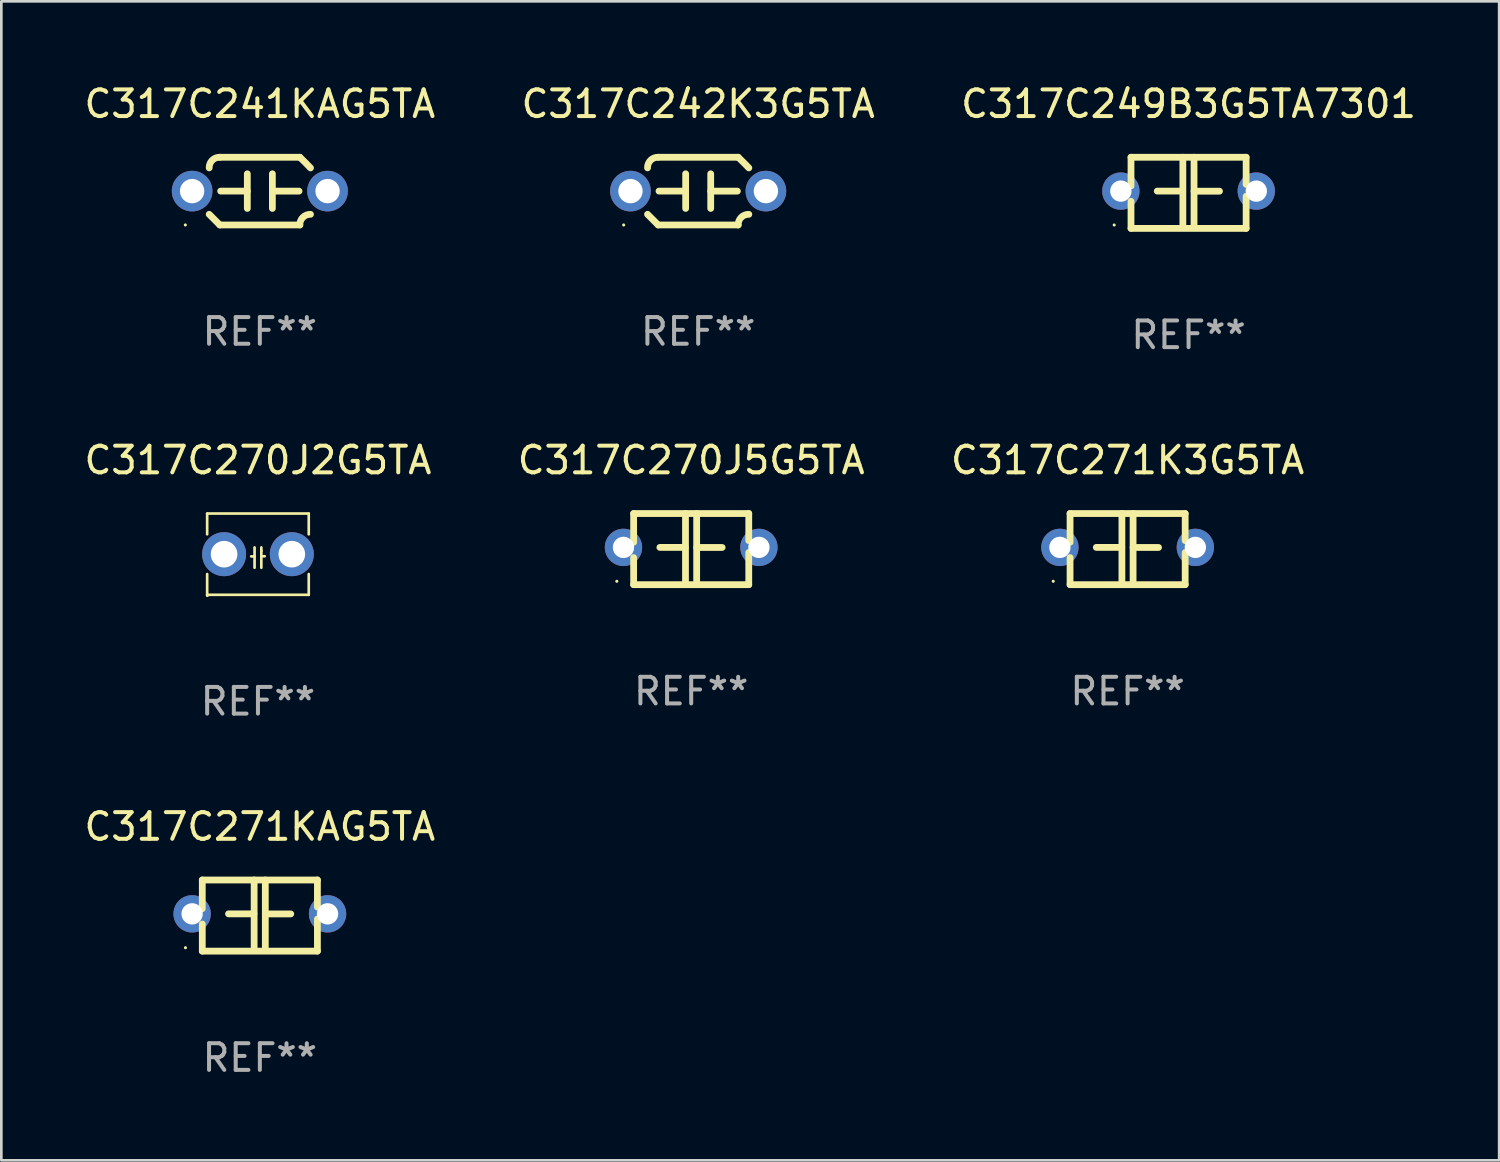
<source format=kicad_pcb>
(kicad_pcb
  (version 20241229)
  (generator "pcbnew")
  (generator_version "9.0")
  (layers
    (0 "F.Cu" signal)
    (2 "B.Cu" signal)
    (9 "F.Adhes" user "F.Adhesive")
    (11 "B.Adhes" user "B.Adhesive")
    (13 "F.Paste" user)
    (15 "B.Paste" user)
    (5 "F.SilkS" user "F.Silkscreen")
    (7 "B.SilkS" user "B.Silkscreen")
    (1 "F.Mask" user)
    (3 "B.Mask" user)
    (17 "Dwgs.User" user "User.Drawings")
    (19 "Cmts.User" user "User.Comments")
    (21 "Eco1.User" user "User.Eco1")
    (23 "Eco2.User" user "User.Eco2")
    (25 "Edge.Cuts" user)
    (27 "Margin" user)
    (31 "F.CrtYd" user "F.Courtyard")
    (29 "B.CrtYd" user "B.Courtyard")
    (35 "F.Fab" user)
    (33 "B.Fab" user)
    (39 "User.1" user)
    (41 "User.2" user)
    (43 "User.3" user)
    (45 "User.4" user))
  (footprint "C317C241KAG5TA"
    (layer "F.Cu")
    (at 6.696 4.118)
    (property "Reference" "C317C241KAG5TA" (at 0 -3.27 0) (layer "F.SilkS") (effects (font (size 1 1) (thickness 0.15))))
    (attr through_hole)
    (fp_line (start -1.5 -1.27) (end 1.5 -1.27) (stroke (width 0.254) (type solid)) (layer "F.SilkS"))
    (fp_line (start -0.47 -0.65) (end -0.47 0.65) (stroke (width 0.254) (type solid)) (layer "F.SilkS"))
    (fp_line (start -0.47 -0.000381) (end -1.47 -0.000381) (stroke (width 0.254) (type solid)) (layer "F.SilkS"))
    (fp_line (start 0.47 0.000356) (end 1.47 0.000356) (stroke (width 0.254) (type solid)) (layer "F.SilkS"))
    (fp_line (start 0.47 0.65) (end 0.47 -0.65) (stroke (width 0.254) (type solid)) (layer "F.SilkS"))
    (fp_line (start 1.5 1.27) (end -1.5 1.27) (stroke (width 0.254) (type solid)) (layer "F.SilkS"))
    (fp_arc (start -1.899924 -0.871221) (mid -1.78599 -1.156887) (end -1.5 -1.270003) (stroke (width 0.254001) (type solid)) (layer "F.SilkS"))
    (fp_arc (start -1.501217 1.269929) (mid -1.700682 1.070039) (end -1.9 0.870003) (stroke (width 0.254001) (type solid)) (layer "F.SilkS"))
    (fp_arc (start 1.5 1.270003) (mid 1.614112 0.984517) (end 1.899923 0.871222) (stroke (width 0.254001) (type solid)) (layer "F.SilkS"))
    (fp_arc (start 1.501219 -1.269927) (mid 1.70319 -1.072538) (end 1.9 -0.870003) (stroke (width 0.254001) (type solid)) (layer "F.SilkS"))
    (fp_circle (center -2.795 1.27) (end -2.765 1.27) (stroke (width 0.06) (type solid)) (fill no) (layer "F.SilkS"))
    (fp_text user "REF**" (at 0 5.27 0) (layer "F.Fab") (effects (font (size 1 1) (thickness 0.15))))
    (pad "1" thru_hole circle (at -2.54 0) (size 1.524 1.524) (drill 0.914) (layers "*.Cu" "*.Mask"))
    (pad "2" thru_hole circle (at 2.54 0) (size 1.524 1.524) (drill 0.914) (layers "*.Cu" "*.Mask")))
  (footprint "C317C271KAG5TA"
    (layer "F.Cu")
    (at 6.696 31.29)
    (property "Reference" "C317C271KAG5TA" (at 0 -3.334 0) (layer "F.SilkS") (effects (font (size 1 1) (thickness 0.15))))
    (attr through_hole)
    (fp_line (start -2.159 -1.334) (end 2.159 -1.334) (stroke (width 0.254) (type solid)) (layer "F.SilkS"))
    (fp_line (start -2.159 -0.256) (end -2.159 -1.334) (stroke (width 0.254) (type solid)) (layer "F.SilkS"))
    (fp_line (start -2.159 1.334) (end -2.159 0.318) (stroke (width 0.254) (type solid)) (layer "F.SilkS"))
    (fp_line (start -0.22 -0.064) (end -1.175 -0.064) (stroke (width 0.254) (type solid)) (layer "F.SilkS"))
    (fp_line (start -0.214 -1.334) (end -0.214 1.207) (stroke (width 0.254) (type solid)) (layer "F.SilkS"))
    (fp_line (start 0.205 -1.334) (end 0.205 1.207) (stroke (width 0.254) (type solid)) (layer "F.SilkS"))
    (fp_line (start 0.205 -0.061) (end 1.16 -0.061) (stroke (width 0.254) (type solid)) (layer "F.SilkS"))
    (fp_line (start 2.159 -1.334) (end 2.159 -0.318) (stroke (width 0.254) (type solid)) (layer "F.SilkS"))
    (fp_line (start 2.159 0.129) (end 2.159 1.334) (stroke (width 0.254) (type solid)) (layer "F.SilkS"))
    (fp_line (start 2.159 1.334) (end -2.159 1.334) (stroke (width 0.254) (type solid)) (layer "F.SilkS"))
    (fp_circle (center -2.79 1.207) (end -2.76 1.207) (stroke (width 0.06) (type solid)) (fill no) (layer "F.SilkS"))
    (fp_text user "REF**" (at 0 5.334 0) (layer "F.Fab") (effects (font (size 1 1) (thickness 0.15))))
    (pad "1" thru_hole circle (at -2.54 -0.064) (size 1.4 1.4) (drill 0.8) (layers "*.Cu" "*.Mask"))
    (pad "2" thru_hole circle (at 2.54 -0.064) (size 1.4 1.4) (drill 0.8) (layers "*.Cu" "*.Mask")))
  (footprint "C317C271K3G5TA"
    (layer "F.Cu")
    (at 39.244 17.545)
    (property "Reference" "C317C271K3G5TA" (at 0 -3.334 0) (layer "F.SilkS") (effects (font (size 1 1) (thickness 0.15))))
    (attr through_hole)
    (fp_line (start -2.159 -1.334) (end 2.159 -1.334) (stroke (width 0.254) (type solid)) (layer "F.SilkS"))
    (fp_line (start -2.159 -0.256) (end -2.159 -1.334) (stroke (width 0.254) (type solid)) (layer "F.SilkS"))
    (fp_line (start -2.159 1.334) (end -2.159 0.318) (stroke (width 0.254) (type solid)) (layer "F.SilkS"))
    (fp_line (start -0.22 -0.064) (end -1.175 -0.064) (stroke (width 0.254) (type solid)) (layer "F.SilkS"))
    (fp_line (start -0.214 -1.334) (end -0.214 1.207) (stroke (width 0.254) (type solid)) (layer "F.SilkS"))
    (fp_line (start 0.205 -1.334) (end 0.205 1.207) (stroke (width 0.254) (type solid)) (layer "F.SilkS"))
    (fp_line (start 0.205 -0.061) (end 1.16 -0.061) (stroke (width 0.254) (type solid)) (layer "F.SilkS"))
    (fp_line (start 2.159 -1.334) (end 2.159 -0.318) (stroke (width 0.254) (type solid)) (layer "F.SilkS"))
    (fp_line (start 2.159 0.129) (end 2.159 1.334) (stroke (width 0.254) (type solid)) (layer "F.SilkS"))
    (fp_line (start 2.159 1.334) (end -2.159 1.334) (stroke (width 0.254) (type solid)) (layer "F.SilkS"))
    (fp_circle (center -2.79 1.207) (end -2.76 1.207) (stroke (width 0.06) (type solid)) (fill no) (layer "F.SilkS"))
    (fp_text user "REF**" (at 0 5.334 0) (layer "F.Fab") (effects (font (size 1 1) (thickness 0.15))))
    (pad "1" thru_hole circle (at -2.54 -0.064) (size 1.4 1.4) (drill 0.8) (layers "*.Cu" "*.Mask"))
    (pad "2" thru_hole circle (at 2.54 -0.064) (size 1.4 1.4) (drill 0.8) (layers "*.Cu" "*.Mask")))
  (footprint "C317C270J2G5TA"
    (layer "F.Cu")
    (at 6.625 17.736)
    (property "Reference" "C317C270J2G5TA" (at 0 -3.524 0) (layer "F.SilkS") (effects (font (size 1 1) (thickness 0.15))))
    (attr through_hole)
    (fp_line (start -1.905 -1.524) (end -1.905 -0.745) (stroke (width 0.1) (type solid)) (layer "F.SilkS"))
    (fp_line (start -1.905 0.745) (end -1.905 1.524) (stroke (width 0.1) (type solid)) (layer "F.SilkS"))
    (fp_line (start -1.905 1.524) (end 1.905 1.524) (stroke (width 0.1) (type solid)) (layer "F.SilkS"))
    (fp_line (start -0.127 -0.254) (end -0.127 0.508) (stroke (width 0.1) (type solid)) (layer "F.SilkS"))
    (fp_line (start -0.127 0.082) (end -0.254 0.082) (stroke (width 0.1) (type solid)) (layer "F.SilkS"))
    (fp_line (start 0.127 -0.127) (end 0.127 -0.254) (stroke (width 0.1) (type solid)) (layer "F.SilkS"))
    (fp_line (start 0.127 -0.127) (end 0.127 0.508) (stroke (width 0.1) (type solid)) (layer "F.SilkS"))
    (fp_line (start 0.127 0.077) (end 0.254 0.077) (stroke (width 0.1) (type solid)) (layer "F.SilkS"))
    (fp_line (start 1.905 -1.524) (end -1.905 -1.524) (stroke (width 0.1) (type solid)) (layer "F.SilkS"))
    (fp_line (start 1.905 -0.745) (end 1.905 -1.524) (stroke (width 0.1) (type solid)) (layer "F.SilkS"))
    (fp_line (start 1.905 1.524) (end 1.905 0.745) (stroke (width 0.1) (type solid)) (layer "F.SilkS"))
    (fp_circle (center -1.9 1.55) (end -1.87 1.55) (stroke (width 0.06) (type solid)) (fill no) (layer "F.SilkS"))
    (fp_text user "REF**" (at 0 5.524 0) (layer "F.Fab") (effects (font (size 1 1) (thickness 0.15))))
    (pad "1" thru_hole circle (at -1.27 0) (size 1.65 1.65) (drill 1) (layers "*.Cu" "*.Mask"))
    (pad "2" thru_hole circle (at 1.27 0) (size 1.65 1.65) (drill 1) (layers "*.Cu" "*.Mask")))
  (footprint "C317C270J5G5TA"
    (layer "F.Cu")
    (at 22.875 17.545)
    (property "Reference" "C317C270J5G5TA" (at 0 -3.334 0) (layer "F.SilkS") (effects (font (size 1 1) (thickness 0.15))))
    (attr through_hole)
    (fp_line (start -2.159 -1.334) (end 2.159 -1.334) (stroke (width 0.254) (type solid)) (layer "F.SilkS"))
    (fp_line (start -2.159 -0.256) (end -2.159 -1.334) (stroke (width 0.254) (type solid)) (layer "F.SilkS"))
    (fp_line (start -2.159 1.334) (end -2.159 0.318) (stroke (width 0.254) (type solid)) (layer "F.SilkS"))
    (fp_line (start -0.22 -0.064) (end -1.175 -0.064) (stroke (width 0.254) (type solid)) (layer "F.SilkS"))
    (fp_line (start -0.214 -1.334) (end -0.214 1.207) (stroke (width 0.254) (type solid)) (layer "F.SilkS"))
    (fp_line (start 0.205 -1.334) (end 0.205 1.207) (stroke (width 0.254) (type solid)) (layer "F.SilkS"))
    (fp_line (start 0.205 -0.061) (end 1.16 -0.061) (stroke (width 0.254) (type solid)) (layer "F.SilkS"))
    (fp_line (start 2.159 -1.334) (end 2.159 -0.318) (stroke (width 0.254) (type solid)) (layer "F.SilkS"))
    (fp_line (start 2.159 0.129) (end 2.159 1.334) (stroke (width 0.254) (type solid)) (layer "F.SilkS"))
    (fp_line (start 2.159 1.334) (end -2.159 1.334) (stroke (width 0.254) (type solid)) (layer "F.SilkS"))
    (fp_circle (center -2.79 1.207) (end -2.76 1.207) (stroke (width 0.06) (type solid)) (fill no) (layer "F.SilkS"))
    (fp_text user "REF**" (at 0 5.334 0) (layer "F.Fab") (effects (font (size 1 1) (thickness 0.15))))
    (pad "1" thru_hole circle (at -2.54 -0.064) (size 1.4 1.4) (drill 0.8) (layers "*.Cu" "*.Mask"))
    (pad "2" thru_hole circle (at 2.54 -0.064) (size 1.4 1.4) (drill 0.8) (layers "*.Cu" "*.Mask")))
  (footprint "C317C242K3G5TA"
    (layer "F.Cu")
    (at 23.137 4.118)
    (property "Reference" "C317C242K3G5TA" (at 0 -3.27 0) (layer "F.SilkS") (effects (font (size 1 1) (thickness 0.15))))
    (attr through_hole)
    (fp_line (start -1.5 -1.27) (end 1.5 -1.27) (stroke (width 0.254) (type solid)) (layer "F.SilkS"))
    (fp_line (start -0.47 -0.65) (end -0.47 0.65) (stroke (width 0.254) (type solid)) (layer "F.SilkS"))
    (fp_line (start -0.47 -0.000381) (end -1.47 -0.000381) (stroke (width 0.254) (type solid)) (layer "F.SilkS"))
    (fp_line (start 0.47 0.000356) (end 1.47 0.000356) (stroke (width 0.254) (type solid)) (layer "F.SilkS"))
    (fp_line (start 0.47 0.65) (end 0.47 -0.65) (stroke (width 0.254) (type solid)) (layer "F.SilkS"))
    (fp_line (start 1.5 1.27) (end -1.5 1.27) (stroke (width 0.254) (type solid)) (layer "F.SilkS"))
    (fp_arc (start -1.899924 -0.871221) (mid -1.78599 -1.156887) (end -1.5 -1.270003) (stroke (width 0.254001) (type solid)) (layer "F.SilkS"))
    (fp_arc (start -1.501217 1.269929) (mid -1.700682 1.070039) (end -1.9 0.870003) (stroke (width 0.254001) (type solid)) (layer "F.SilkS"))
    (fp_arc (start 1.5 1.270003) (mid 1.614112 0.984517) (end 1.899923 0.871222) (stroke (width 0.254001) (type solid)) (layer "F.SilkS"))
    (fp_arc (start 1.501219 -1.269927) (mid 1.70319 -1.072538) (end 1.9 -0.870003) (stroke (width 0.254001) (type solid)) (layer "F.SilkS"))
    (fp_circle (center -2.795 1.27) (end -2.765 1.27) (stroke (width 0.06) (type solid)) (fill no) (layer "F.SilkS"))
    (fp_text user "REF**" (at 0 5.27 0) (layer "F.Fab") (effects (font (size 1 1) (thickness 0.15))))
    (pad "1" thru_hole circle (at -2.54 0) (size 1.524 1.524) (drill 0.914) (layers "*.Cu" "*.Mask"))
    (pad "2" thru_hole circle (at 2.54 0) (size 1.524 1.524) (drill 0.914) (layers "*.Cu" "*.Mask")))
  (footprint "C317C249B3G5TA7301"
    (layer "F.Cu")
    (at 41.53 4.182)
    (property "Reference" "C317C249B3G5TA7301" (at 0 -3.334 0) (layer "F.SilkS") (effects (font (size 1 1) (thickness 0.15))))
    (attr through_hole)
    (fp_line (start -2.159 -1.334) (end 2.159 -1.334) (stroke (width 0.254) (type solid)) (layer "F.SilkS"))
    (fp_line (start -2.159 -0.256) (end -2.159 -1.334) (stroke (width 0.254) (type solid)) (layer "F.SilkS"))
    (fp_line (start -2.159 1.334) (end -2.159 0.318) (stroke (width 0.254) (type solid)) (layer "F.SilkS"))
    (fp_line (start -0.22 -0.064) (end -1.175 -0.064) (stroke (width 0.254) (type solid)) (layer "F.SilkS"))
    (fp_line (start -0.214 -1.334) (end -0.214 1.207) (stroke (width 0.254) (type solid)) (layer "F.SilkS"))
    (fp_line (start 0.205 -1.334) (end 0.205 1.207) (stroke (width 0.254) (type solid)) (layer "F.SilkS"))
    (fp_line (start 0.205 -0.061) (end 1.16 -0.061) (stroke (width 0.254) (type solid)) (layer "F.SilkS"))
    (fp_line (start 2.159 -1.334) (end 2.159 -0.318) (stroke (width 0.254) (type solid)) (layer "F.SilkS"))
    (fp_line (start 2.159 0.129) (end 2.159 1.334) (stroke (width 0.254) (type solid)) (layer "F.SilkS"))
    (fp_line (start 2.159 1.334) (end -2.159 1.334) (stroke (width 0.254) (type solid)) (layer "F.SilkS"))
    (fp_circle (center -2.79 1.207) (end -2.76 1.207) (stroke (width 0.06) (type solid)) (fill no) (layer "F.SilkS"))
    (fp_text user "REF**" (at 0 5.334 0) (layer "F.Fab") (effects (font (size 1 1) (thickness 0.15))))
    (pad "1" thru_hole circle (at -2.54 -0.064) (size 1.4 1.4) (drill 0.8) (layers "*.Cu" "*.Mask"))
    (pad "2" thru_hole circle (at 2.54 -0.064) (size 1.4 1.4) (drill 0.8) (layers "*.Cu" "*.Mask")))
  (gr_rect
    (start -3 -3)
    (end 53.179 40.472)
    (stroke (width 0.1) (type default))
    (fill no)
    (layer "Edge.Cuts")))
</source>
